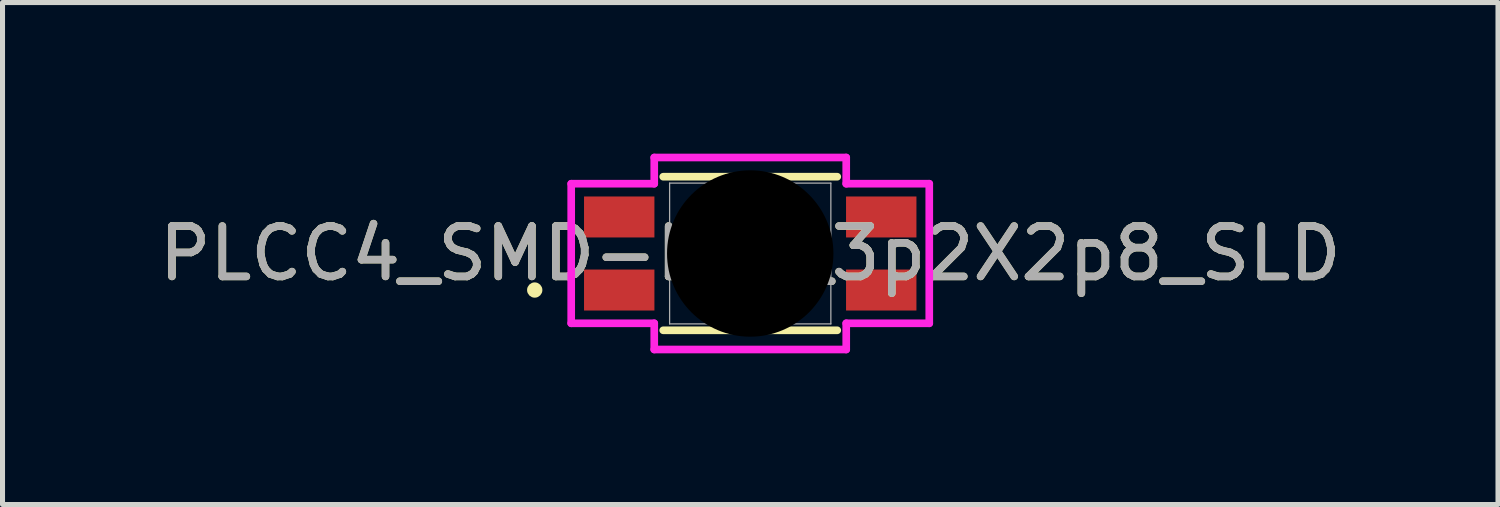
<source format=kicad_pcb>
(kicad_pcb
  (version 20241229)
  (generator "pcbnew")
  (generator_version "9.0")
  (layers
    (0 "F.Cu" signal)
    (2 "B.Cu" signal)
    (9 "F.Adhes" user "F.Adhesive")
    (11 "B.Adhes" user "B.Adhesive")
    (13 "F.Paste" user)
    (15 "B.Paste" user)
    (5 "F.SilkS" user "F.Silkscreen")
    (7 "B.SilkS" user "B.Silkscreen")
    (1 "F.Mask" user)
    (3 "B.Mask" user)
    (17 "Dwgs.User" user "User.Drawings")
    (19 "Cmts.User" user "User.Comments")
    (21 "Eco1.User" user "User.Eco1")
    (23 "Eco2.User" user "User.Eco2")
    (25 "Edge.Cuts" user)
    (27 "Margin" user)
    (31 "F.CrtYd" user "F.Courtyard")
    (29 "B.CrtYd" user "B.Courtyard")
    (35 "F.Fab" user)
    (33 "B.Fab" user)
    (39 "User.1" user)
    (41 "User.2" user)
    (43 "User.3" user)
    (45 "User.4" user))
  (footprint "PLCC4_SMD-LED_3p2X2p8_SLD"
    (layer "F.Cu")
    (at 11.839 1.981)
    (property "Reference" "PLCC4_SMD-LED_3p2X2p8_SLD" (at 0 0 0) (unlocked yes) (layer "F.SilkS") (effects (font (size 1 1) (thickness 0.15))))
    (attr smd)
    (fp_line (start -1.727 1.524) (end 1.727 1.524) (stroke (width 0.152) (type solid)) (layer "F.SilkS"))
    (fp_line (start 1.727 -1.524) (end -1.727 -1.524) (stroke (width 0.152) (type solid)) (layer "F.SilkS"))
    (fp_circle (center -4.277 0.725) (end -4.201 0.725) (stroke (width 0.152) (type solid)) (fill no) (layer "F.SilkS"))
    (fp_line (start -3.553 -1.385) (end -3.553 1.385) (stroke (width 0.152) (type solid)) (layer "F.CrtYd"))
    (fp_line (start -1.905 -1.905) (end -1.905 -1.385) (stroke (width 0.152) (type solid)) (layer "F.CrtYd"))
    (fp_line (start -1.905 -1.385) (end -3.553 -1.385) (stroke (width 0.152) (type solid)) (layer "F.CrtYd"))
    (fp_line (start -1.905 1.385) (end -3.553 1.385) (stroke (width 0.152) (type solid)) (layer "F.CrtYd"))
    (fp_line (start -1.905 1.905) (end -1.905 1.385) (stroke (width 0.152) (type solid)) (layer "F.CrtYd"))
    (fp_line (start -1.905 1.905) (end 1.905 1.905) (stroke (width 0.152) (type solid)) (layer "F.CrtYd"))
    (fp_line (start 1.905 -1.905) (end -1.905 -1.905) (stroke (width 0.152) (type solid)) (layer "F.CrtYd"))
    (fp_line (start 1.905 -1.905) (end 1.905 -1.385) (stroke (width 0.152) (type solid)) (layer "F.CrtYd"))
    (fp_line (start 1.905 -1.385) (end 3.553 -1.385) (stroke (width 0.152) (type solid)) (layer "F.CrtYd"))
    (fp_line (start 1.905 1.905) (end 1.905 1.385) (stroke (width 0.152) (type solid)) (layer "F.CrtYd"))
    (fp_line (start 3.553 -1.385) (end 3.553 1.385) (stroke (width 0.152) (type solid)) (layer "F.CrtYd"))
    (fp_line (start 3.553 1.385) (end 1.905 1.385) (stroke (width 0.152) (type solid)) (layer "F.CrtYd"))
    (fp_line (start -1.6 -1.397) (end -1.6 1.397) (stroke (width 0.025) (type solid)) (layer "F.Fab"))
    (fp_line (start -1.6 1.397) (end 1.6 1.397) (stroke (width 0.025) (type solid)) (layer "F.Fab"))
    (fp_line (start 1.6 -1.397) (end -1.6 -1.397) (stroke (width 0.025) (type solid)) (layer "F.Fab"))
    (fp_line (start 1.6 1.397) (end 1.6 -1.397) (stroke (width 0.025) (type solid)) (layer "F.Fab"))
    (fp_arc (start 0.3048 -1.397) (mid 0 -1.0922) (end -0.3048 -1.397) (stroke (width 0.0254) (type solid)) (layer "F.Fab"))
    (fp_circle (center -1.346 -0.725) (end -1.308 -0.725) (stroke (width 0.025) (type solid)) (fill no) (layer "F.Fab"))
    (fp_text user "${REFERENCE}" (at 0 0 0) (unlocked yes) (layer "F.Fab") (effects (font (size 1 1) (thickness 0.15))))
    (pad "" np_thru_hole circle (at 0 0) (size 3.302 3.302) (drill 3.302) (layers))
    (pad "1" smd rect (at -2.6 0.725) (size 1.397 0.813) (layers "F.Cu" "F.Mask" "F.Paste"))
    (pad "2" smd rect (at 2.6 0.725) (size 1.397 0.813) (layers "F.Cu" "F.Mask" "F.Paste"))
    (pad "3" smd rect (at 2.6 -0.725) (size 1.397 0.813) (layers "F.Cu" "F.Mask" "F.Paste"))
    (pad "4" smd rect (at -2.6 -0.725) (size 1.397 0.813) (layers "F.Cu" "F.Mask" "F.Paste")))
  (gr_rect
    (start -3 -3)
    (end 26.679 6.962)
    (stroke (width 0.1) (type default))
    (fill no)
    (layer "Edge.Cuts")))
</source>
